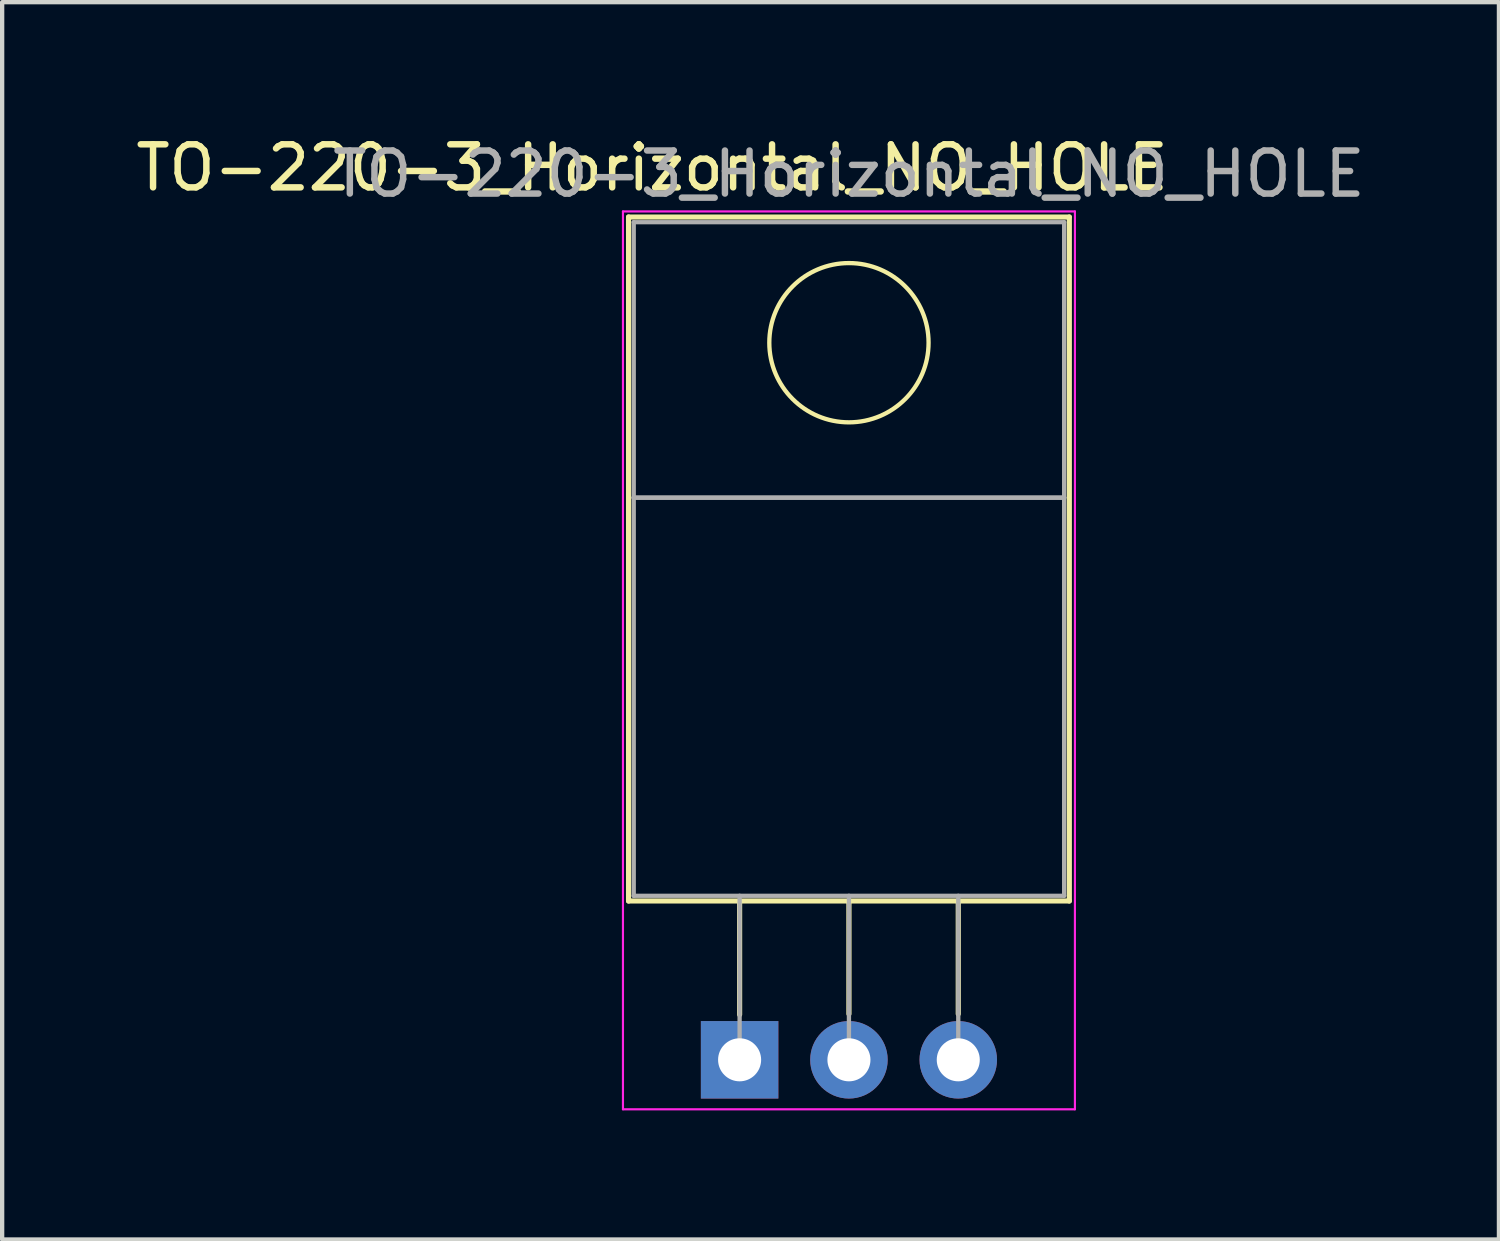
<source format=kicad_pcb>
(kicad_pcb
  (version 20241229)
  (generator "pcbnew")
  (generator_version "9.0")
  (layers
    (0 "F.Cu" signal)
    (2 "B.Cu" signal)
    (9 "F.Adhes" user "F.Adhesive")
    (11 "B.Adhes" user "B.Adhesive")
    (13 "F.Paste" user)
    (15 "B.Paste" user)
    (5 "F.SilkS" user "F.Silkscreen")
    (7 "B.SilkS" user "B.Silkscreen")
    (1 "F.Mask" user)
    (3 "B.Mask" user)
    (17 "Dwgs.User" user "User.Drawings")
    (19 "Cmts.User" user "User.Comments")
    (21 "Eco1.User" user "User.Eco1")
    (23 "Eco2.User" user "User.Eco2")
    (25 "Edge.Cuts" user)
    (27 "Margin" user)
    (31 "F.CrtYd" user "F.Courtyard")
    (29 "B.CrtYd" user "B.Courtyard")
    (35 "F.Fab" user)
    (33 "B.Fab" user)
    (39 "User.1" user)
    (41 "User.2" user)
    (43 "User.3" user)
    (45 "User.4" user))
  (footprint "TO-220-3_Horizontal_NO_HOLE"
    (layer "F.Cu")
    (at 14.133 21.572)
    (property "Reference" "TO-220-3_Horizontal_NO_HOLE" (at -2.032 -20.724 0) (layer "F.SilkS") (effects (font (size 1 1) (thickness 0.15))))
    (attr through_hole)
    (fp_line (start -2.58 -19.58) (end -2.58 -3.69) (stroke (width 0.12) (type solid)) (layer "F.SilkS"))
    (fp_line (start -2.58 -19.58) (end 7.66 -19.58) (stroke (width 0.12) (type solid)) (layer "F.SilkS"))
    (fp_line (start -2.58 -3.69) (end 7.66 -3.69) (stroke (width 0.12) (type solid)) (layer "F.SilkS"))
    (fp_line (start 0 -3.69) (end 0 -1.05) (stroke (width 0.12) (type solid)) (layer "F.SilkS"))
    (fp_line (start 2.54 -3.69) (end 2.54 -1.066) (stroke (width 0.12) (type solid)) (layer "F.SilkS"))
    (fp_line (start 5.08 -3.69) (end 5.08 -1.066) (stroke (width 0.12) (type solid)) (layer "F.SilkS"))
    (fp_line (start 7.66 -19.58) (end 7.66 -3.69) (stroke (width 0.12) (type solid)) (layer "F.SilkS"))
    (fp_circle (center 2.54 -16.66) (end 4.39 -16.66) (stroke (width 0.1) (type solid)) (fill no) (layer "F.SilkS"))
    (fp_line (start -2.71 -19.71) (end -2.71 1.15) (stroke (width 0.05) (type solid)) (layer "F.CrtYd"))
    (fp_line (start -2.71 1.15) (end 7.79 1.15) (stroke (width 0.05) (type solid)) (layer "F.CrtYd"))
    (fp_line (start 7.79 -19.71) (end -2.71 -19.71) (stroke (width 0.05) (type solid)) (layer "F.CrtYd"))
    (fp_line (start 7.79 1.15) (end 7.79 -19.71) (stroke (width 0.05) (type solid)) (layer "F.CrtYd"))
    (fp_line (start -2.46 -19.46) (end 7.54 -19.46) (stroke (width 0.1) (type solid)) (layer "F.Fab"))
    (fp_line (start -2.46 -13.06) (end -2.46 -19.46) (stroke (width 0.1) (type solid)) (layer "F.Fab"))
    (fp_line (start -2.46 -13.06) (end 7.54 -13.06) (stroke (width 0.1) (type solid)) (layer "F.Fab"))
    (fp_line (start -2.46 -3.81) (end -2.46 -13.06) (stroke (width 0.1) (type solid)) (layer "F.Fab"))
    (fp_line (start 0 -3.81) (end 0 0) (stroke (width 0.1) (type solid)) (layer "F.Fab"))
    (fp_line (start 2.54 -3.81) (end 2.54 0) (stroke (width 0.1) (type solid)) (layer "F.Fab"))
    (fp_line (start 5.08 -3.81) (end 5.08 0) (stroke (width 0.1) (type solid)) (layer "F.Fab"))
    (fp_line (start 7.54 -19.46) (end 7.54 -13.06) (stroke (width 0.1) (type solid)) (layer "F.Fab"))
    (fp_line (start 7.54 -13.06) (end -2.46 -13.06) (stroke (width 0.1) (type solid)) (layer "F.Fab"))
    (fp_line (start 7.54 -13.06) (end 7.54 -3.81) (stroke (width 0.1) (type solid)) (layer "F.Fab"))
    (fp_line (start 7.54 -3.81) (end -2.46 -3.81) (stroke (width 0.1) (type solid)) (layer "F.Fab"))
    (fp_text user "${REFERENCE}" (at 2.54 -20.58 0) (layer "F.Fab") (effects (font (size 1 1) (thickness 0.15))))
    (pad "1" thru_hole rect (at 0 0) (size 1.8 1.8) (drill 1) (layers "*.Cu" "*.Mask"))
    (pad "2" thru_hole oval (at 2.54 0) (size 1.8 1.8) (drill 1) (layers "*.Cu" "*.Mask"))
    (pad "3" thru_hole oval (at 5.08 0) (size 1.8 1.8) (drill 1) (layers "*.Cu" "*.Mask")))
  (gr_rect
    (start -3 -3)
    (end 31.774 25.747)
    (stroke (width 0.1) (type default))
    (fill no)
    (layer "Edge.Cuts")))
</source>
